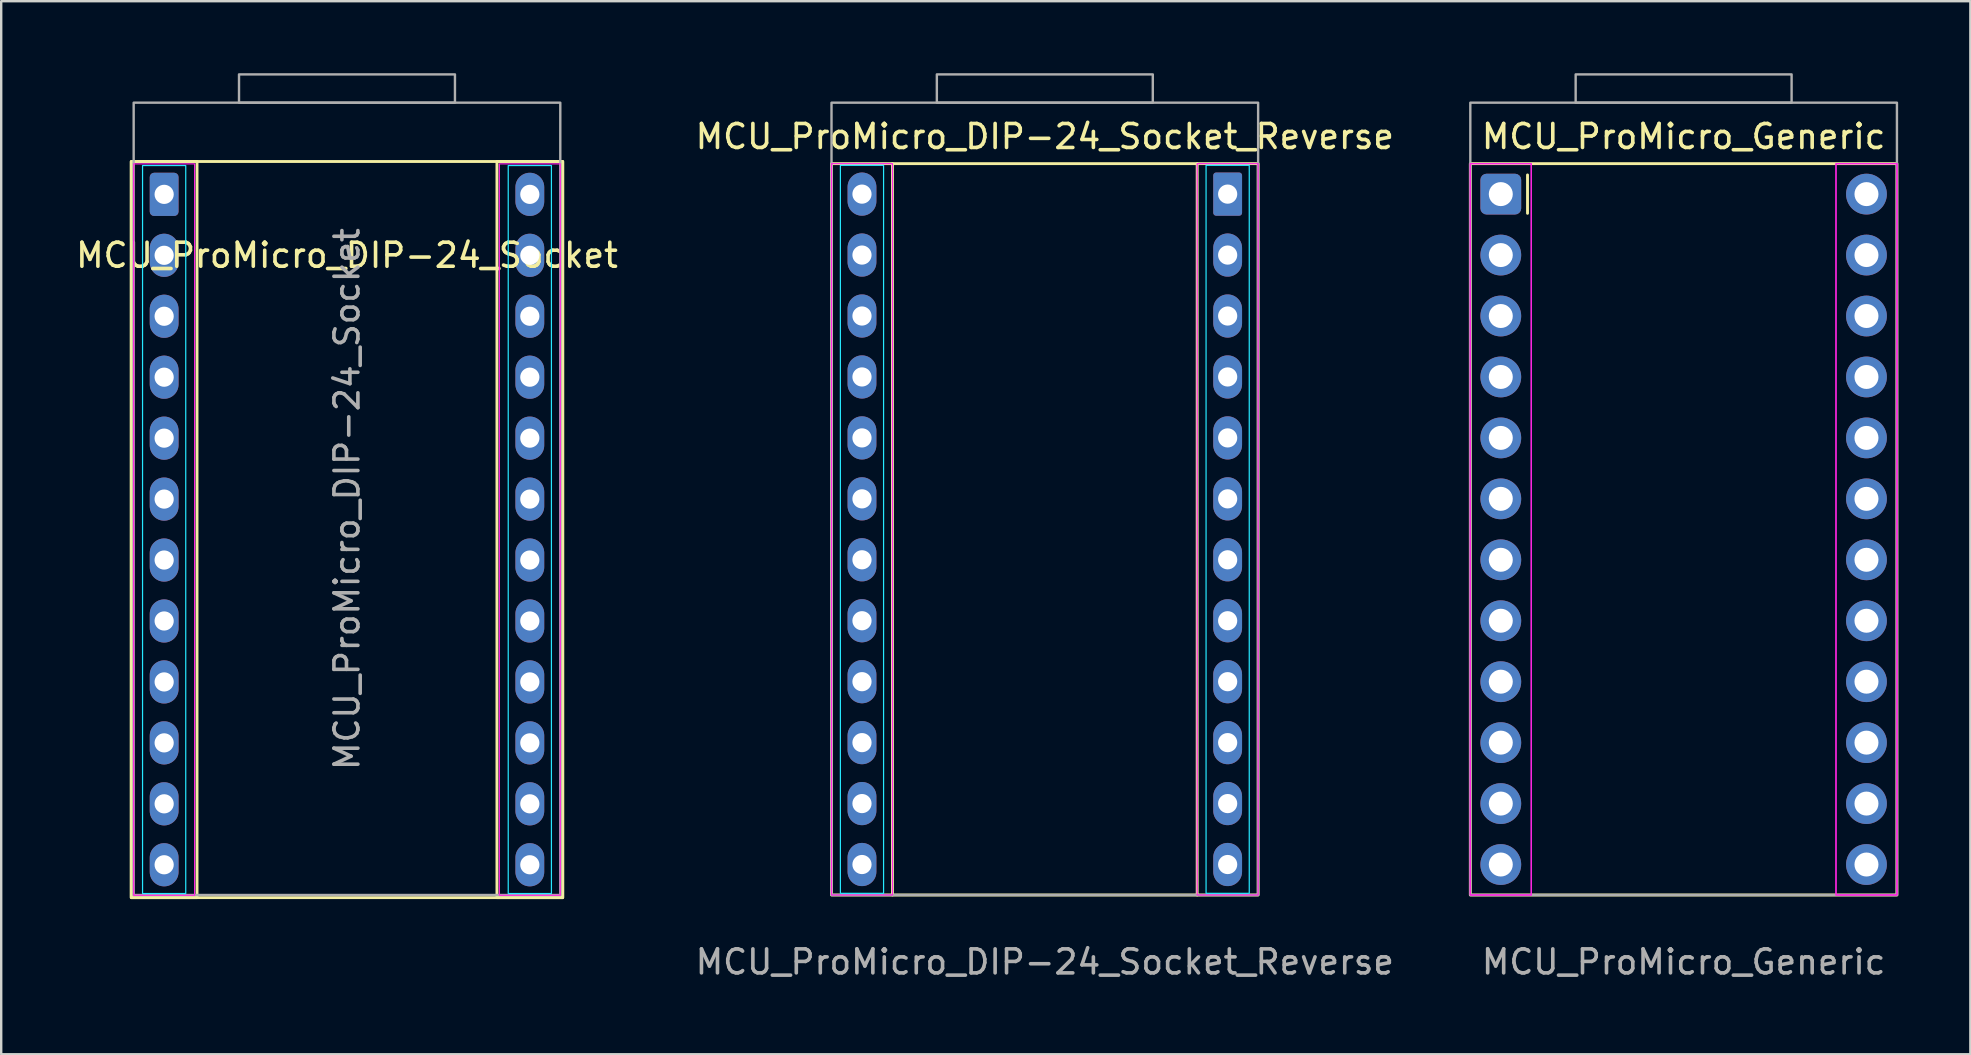
<source format=kicad_pcb>
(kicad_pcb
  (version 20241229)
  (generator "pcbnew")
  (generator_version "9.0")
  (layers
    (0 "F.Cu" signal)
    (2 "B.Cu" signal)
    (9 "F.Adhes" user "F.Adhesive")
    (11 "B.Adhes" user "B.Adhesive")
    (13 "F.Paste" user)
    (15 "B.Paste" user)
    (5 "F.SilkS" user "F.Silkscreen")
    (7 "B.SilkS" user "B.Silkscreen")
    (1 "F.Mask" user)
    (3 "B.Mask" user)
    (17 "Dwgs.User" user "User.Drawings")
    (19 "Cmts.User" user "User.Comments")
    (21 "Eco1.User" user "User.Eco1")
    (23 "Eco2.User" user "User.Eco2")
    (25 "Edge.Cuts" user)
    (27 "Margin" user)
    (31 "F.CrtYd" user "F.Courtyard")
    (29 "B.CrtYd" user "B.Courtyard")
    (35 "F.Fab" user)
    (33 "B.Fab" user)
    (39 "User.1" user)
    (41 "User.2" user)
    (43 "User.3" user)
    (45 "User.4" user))
  (footprint "MCU_ProMicro_DIP-24_Socket"
    (layer "F.Cu")
    (at 11.411 5.05)
    (property "Reference" "MCU_ProMicro_DIP-24_Socket" (at 0 2.54 0) (layer "F.SilkS") (effects (font (size 1 1) (thickness 0.15))))
    (attr through_hole)
    (fp_rect (start -8.99 -1.37) (end 8.99 29.31) (stroke (width 0.12) (type default)) (fill no) (layer "F.SilkS"))
    (fp_rect (start -6.25 -1.37) (end -8.99 29.31) (stroke (width 0.12) (type default)) (fill no) (layer "F.SilkS"))
    (fp_rect (start 8.99 -1.37) (end 6.25 29.31) (stroke (width 0.12) (type default)) (fill no) (layer "F.SilkS"))
    (fp_rect (start -6.72 -1.2) (end -8.52 29.14) (stroke (width 0.05) (type default)) (fill no) (layer "B.CrtYd"))
    (fp_rect (start 6.72 -1.2) (end 8.52 29.14) (stroke (width 0.05) (type default)) (fill no) (layer "B.CrtYd"))
    (fp_rect (start -6.35 -1.27) (end -8.89 29.21) (stroke (width 0.05) (type default)) (fill no) (layer "F.CrtYd"))
    (fp_rect (start 8.89 -1.27) (end 6.35 29.21) (stroke (width 0.05) (type default)) (fill no) (layer "F.CrtYd"))
    (fp_rect (start -8.89 -3.82) (end 8.89 29.2) (stroke (width 0.1) (type default)) (fill no) (layer "F.Fab"))
    (fp_rect (start -4.5 -5) (end 4.5 -3.82) (stroke (width 0.1) (type default)) (fill no) (layer "F.Fab"))
    (fp_text user "${REFERENCE}" (at 0 12.7 90) (layer "F.Fab") (effects (font (size 1 1) (thickness 0.15))))
    (pad "1" thru_hole roundrect (at -7.62 0) (size 1.2 1.8) (drill 0.8) (layers "*.Cu" "*.Mask") (roundrect_rratio 0.15))
    (pad "2" thru_hole oval (at -7.62 2.54) (size 1.2 1.8) (drill 0.8) (layers "*.Cu" "*.Mask"))
    (pad "3" thru_hole oval (at -7.62 5.08) (size 1.2 1.8) (drill 0.8) (layers "*.Cu" "*.Mask"))
    (pad "4" thru_hole oval (at -7.62 7.62) (size 1.2 1.8) (drill 0.8) (layers "*.Cu" "*.Mask"))
    (pad "5" thru_hole oval (at -7.62 10.16) (size 1.2 1.8) (drill 0.8) (layers "*.Cu" "*.Mask"))
    (pad "6" thru_hole oval (at -7.62 12.7) (size 1.2 1.8) (drill 0.8) (layers "*.Cu" "*.Mask"))
    (pad "7" thru_hole oval (at -7.62 15.24) (size 1.2 1.8) (drill 0.8) (layers "*.Cu" "*.Mask"))
    (pad "8" thru_hole oval (at -7.62 17.78) (size 1.2 1.8) (drill 0.8) (layers "*.Cu" "*.Mask"))
    (pad "9" thru_hole oval (at -7.62 20.32) (size 1.2 1.8) (drill 0.8) (layers "*.Cu" "*.Mask"))
    (pad "10" thru_hole oval (at -7.62 22.86) (size 1.2 1.8) (drill 0.8) (layers "*.Cu" "*.Mask"))
    (pad "11" thru_hole oval (at -7.62 25.4) (size 1.2 1.8) (drill 0.8) (layers "*.Cu" "*.Mask"))
    (pad "12" thru_hole oval (at -7.62 27.94) (size 1.2 1.8) (drill 0.8) (layers "*.Cu" "*.Mask"))
    (pad "13" thru_hole oval (at 7.62 27.94) (size 1.2 1.8) (drill 0.8) (layers "*.Cu" "*.Mask"))
    (pad "14" thru_hole oval (at 7.62 25.4) (size 1.2 1.8) (drill 0.8) (layers "*.Cu" "*.Mask"))
    (pad "15" thru_hole oval (at 7.62 22.86) (size 1.2 1.8) (drill 0.8) (layers "*.Cu" "*.Mask"))
    (pad "16" thru_hole oval (at 7.62 20.32) (size 1.2 1.8) (drill 0.8) (layers "*.Cu" "*.Mask"))
    (pad "17" thru_hole oval (at 7.62 17.78) (size 1.2 1.8) (drill 0.8) (layers "*.Cu" "*.Mask"))
    (pad "18" thru_hole oval (at 7.62 15.24) (size 1.2 1.8) (drill 0.8) (layers "*.Cu" "*.Mask"))
    (pad "19" thru_hole oval (at 7.62 12.7) (size 1.2 1.8) (drill 0.8) (layers "*.Cu" "*.Mask"))
    (pad "20" thru_hole oval (at 7.62 10.16) (size 1.2 1.8) (drill 0.8) (layers "*.Cu" "*.Mask"))
    (pad "21" thru_hole oval (at 7.62 7.62) (size 1.2 1.8) (drill 0.8) (layers "*.Cu" "*.Mask"))
    (pad "22" thru_hole oval (at 7.62 5.08) (size 1.2 1.8) (drill 0.8) (layers "*.Cu" "*.Mask"))
    (pad "23" thru_hole oval (at 7.62 2.54) (size 1.2 1.8) (drill 0.8) (layers "*.Cu" "*.Mask"))
    (pad "24" thru_hole oval (at 7.62 0) (size 1.2 1.8) (drill 0.8) (layers "*.Cu" "*.Mask")))
  (footprint "MCU_ProMicro_Generic"
    (layer "F.Cu")
    (at 67.117 5.04)
    (property "Reference" "MCU_ProMicro_Generic" (at 0 -2.4 0) (layer "F.SilkS") (effects (font (size 1 1) (thickness 0.15))))
    (attr through_hole)
    (fp_line (start -6.506 0.8) (end -6.506 -0.8) (stroke (width 0.12) (type default)) (layer "F.SilkS"))
    (fp_rect (start 8.89 -1.27) (end -8.89 29.21) (stroke (width 0.12) (type default)) (fill no) (layer "F.SilkS"))
    (fp_rect (start -6.35 -1.27) (end -8.89 29.21) (stroke (width 0.05) (type default)) (fill no) (layer "F.CrtYd"))
    (fp_rect (start -6.35 -1.27) (end -8.89 29.21) (stroke (width 0.05) (type default)) (fill no) (layer "F.CrtYd"))
    (fp_rect (start 8.89 -1.27) (end 6.35 29.21) (stroke (width 0.05) (type default)) (fill no) (layer "F.CrtYd"))
    (fp_rect (start 8.89 -1.27) (end 6.35 29.21) (stroke (width 0.05) (type default)) (fill no) (layer "F.CrtYd"))
    (fp_rect (start 4.5 -4.99) (end -4.5 -3.81) (stroke (width 0.1) (type default)) (fill no) (layer "F.Fab"))
    (fp_rect (start 8.89 -3.81) (end -8.89 29.21) (stroke (width 0.1) (type default)) (fill no) (layer "F.Fab"))
    (fp_text user "${REFERENCE}" (at 0 32 0) (unlocked yes) (layer "F.Fab") (effects (font (size 1 1) (thickness 0.15))))
    (pad "1" thru_hole roundrect (at -7.62 0) (size 1.7 1.7) (drill 1) (layers "*.Cu" "*.Mask") (roundrect_rratio 0.15))
    (pad "2" thru_hole oval (at -7.62 2.54) (size 1.7 1.7) (drill 1) (layers "*.Cu" "*.Mask"))
    (pad "3" thru_hole oval (at -7.62 5.08) (size 1.7 1.7) (drill 1) (layers "*.Cu" "*.Mask"))
    (pad "4" thru_hole oval (at -7.62 7.62) (size 1.7 1.7) (drill 1) (layers "*.Cu" "*.Mask"))
    (pad "5" thru_hole oval (at -7.62 10.16) (size 1.7 1.7) (drill 1) (layers "*.Cu" "*.Mask"))
    (pad "6" thru_hole oval (at -7.62 12.7) (size 1.7 1.7) (drill 1) (layers "*.Cu" "*.Mask"))
    (pad "7" thru_hole oval (at -7.62 15.24) (size 1.7 1.7) (drill 1) (layers "*.Cu" "*.Mask"))
    (pad "8" thru_hole oval (at -7.62 17.78) (size 1.7 1.7) (drill 1) (layers "*.Cu" "*.Mask"))
    (pad "9" thru_hole oval (at -7.62 20.32) (size 1.7 1.7) (drill 1) (layers "*.Cu" "*.Mask"))
    (pad "10" thru_hole oval (at -7.62 22.86) (size 1.7 1.7) (drill 1) (layers "*.Cu" "*.Mask"))
    (pad "11" thru_hole oval (at -7.62 25.4) (size 1.7 1.7) (drill 1) (layers "*.Cu" "*.Mask"))
    (pad "12" thru_hole oval (at -7.62 27.94) (size 1.7 1.7) (drill 1) (layers "*.Cu" "*.Mask"))
    (pad "13" thru_hole oval (at 7.62 27.94) (size 1.7 1.7) (drill 1) (layers "*.Cu" "*.Mask"))
    (pad "14" thru_hole oval (at 7.62 25.4) (size 1.7 1.7) (drill 1) (layers "*.Cu" "*.Mask"))
    (pad "15" thru_hole oval (at 7.62 22.86) (size 1.7 1.7) (drill 1) (layers "*.Cu" "*.Mask"))
    (pad "16" thru_hole oval (at 7.62 20.32) (size 1.7 1.7) (drill 1) (layers "*.Cu" "*.Mask"))
    (pad "17" thru_hole oval (at 7.62 17.78) (size 1.7 1.7) (drill 1) (layers "*.Cu" "*.Mask"))
    (pad "18" thru_hole oval (at 7.62 15.24) (size 1.7 1.7) (drill 1) (layers "*.Cu" "*.Mask"))
    (pad "19" thru_hole oval (at 7.62 12.7) (size 1.7 1.7) (drill 1) (layers "*.Cu" "*.Mask"))
    (pad "20" thru_hole oval (at 7.62 10.16) (size 1.7 1.7) (drill 1) (layers "*.Cu" "*.Mask"))
    (pad "21" thru_hole oval (at 7.62 7.62) (size 1.7 1.7) (drill 1) (layers "*.Cu" "*.Mask"))
    (pad "22" thru_hole oval (at 7.62 5.08) (size 1.7 1.7) (drill 1) (layers "*.Cu" "*.Mask"))
    (pad "23" thru_hole oval (at 7.62 2.54) (size 1.7 1.7) (drill 1) (layers "*.Cu" "*.Mask"))
    (pad "24" thru_hole oval (at 7.62 0) (size 1.7 1.7) (drill 1) (layers "*.Cu" "*.Mask")))
  (footprint "MCU_ProMicro_DIP-24_Socket_Reverse"
    (layer "F.Cu")
    (at 40.494 5.04)
    (property "Reference" "MCU_ProMicro_DIP-24_Socket_Reverse" (at 0 -2.4 0) (layer "F.SilkS") (effects (font (size 1 1) (thickness 0.15))))
    (attr through_hole)
    (fp_line (start -6.35 -1.27) (end 6.35 -1.27) (stroke (width 0.12) (type default)) (layer "F.SilkS"))
    (fp_line (start -6.35 29.21) (end 6.35 29.21) (stroke (width 0.12) (type default)) (layer "F.SilkS"))
    (fp_rect (start -8.89 -1.27) (end -6.35 29.21) (stroke (width 0.12) (type default)) (fill no) (layer "F.SilkS"))
    (fp_rect (start 6.35 -1.27) (end 8.89 29.21) (stroke (width 0.12) (type default)) (fill no) (layer "F.SilkS"))
    (fp_rect (start -6.72 -1.2) (end -8.52 29.14) (stroke (width 0.05) (type default)) (fill no) (layer "B.CrtYd"))
    (fp_rect (start 6.72 -1.2) (end 8.52 29.14) (stroke (width 0.05) (type default)) (fill no) (layer "B.CrtYd"))
    (fp_rect (start -8.89 -1.27) (end -6.35 29.21) (stroke (width 0.05) (type default)) (fill no) (layer "F.CrtYd"))
    (fp_rect (start 6.35 -1.27) (end 8.89 29.21) (stroke (width 0.05) (type default)) (fill no) (layer "F.CrtYd"))
    (fp_rect (start -8.89 -3.81) (end 8.89 29.21) (stroke (width 0.1) (type default)) (fill no) (layer "F.Fab"))
    (fp_rect (start -4.5 -4.99) (end 4.5 -3.81) (stroke (width 0.1) (type default)) (fill no) (layer "F.Fab"))
    (fp_text user "${REFERENCE}" (at 0 32 0) (unlocked yes) (layer "F.Fab") (effects (font (size 1 1) (thickness 0.15))))
    (pad "1" thru_hole roundrect (at 7.62 0) (size 1.2 1.8) (drill 0.8) (layers "*.Cu" "*.Mask") (roundrect_rratio 0.1))
    (pad "2" thru_hole oval (at 7.62 2.54) (size 1.2 1.8) (drill 0.8) (layers "*.Cu" "*.Mask"))
    (pad "3" thru_hole oval (at 7.62 5.08) (size 1.2 1.8) (drill 0.8) (layers "*.Cu" "*.Mask"))
    (pad "4" thru_hole oval (at 7.62 7.62) (size 1.2 1.8) (drill 0.8) (layers "*.Cu" "*.Mask"))
    (pad "5" thru_hole oval (at 7.62 10.16) (size 1.2 1.8) (drill 0.8) (layers "*.Cu" "*.Mask"))
    (pad "6" thru_hole oval (at 7.62 12.7) (size 1.2 1.8) (drill 0.8) (layers "*.Cu" "*.Mask"))
    (pad "7" thru_hole oval (at 7.62 15.24) (size 1.2 1.8) (drill 0.8) (layers "*.Cu" "*.Mask"))
    (pad "8" thru_hole oval (at 7.62 17.78) (size 1.2 1.8) (drill 0.8) (layers "*.Cu" "*.Mask"))
    (pad "9" thru_hole oval (at 7.62 20.32) (size 1.2 1.8) (drill 0.8) (layers "*.Cu" "*.Mask"))
    (pad "10" thru_hole oval (at 7.62 22.86) (size 1.2 1.8) (drill 0.8) (layers "*.Cu" "*.Mask"))
    (pad "11" thru_hole oval (at 7.62 25.4) (size 1.2 1.8) (drill 0.8) (layers "*.Cu" "*.Mask"))
    (pad "12" thru_hole oval (at 7.62 27.94) (size 1.2 1.8) (drill 0.8) (layers "*.Cu" "*.Mask"))
    (pad "13" thru_hole oval (at -7.62 27.94) (size 1.2 1.8) (drill 0.8) (layers "*.Cu" "*.Mask"))
    (pad "14" thru_hole oval (at -7.62 25.4) (size 1.2 1.8) (drill 0.8) (layers "*.Cu" "*.Mask"))
    (pad "15" thru_hole oval (at -7.62 22.86) (size 1.2 1.8) (drill 0.8) (layers "*.Cu" "*.Mask"))
    (pad "16" thru_hole oval (at -7.62 20.32) (size 1.2 1.8) (drill 0.8) (layers "*.Cu" "*.Mask"))
    (pad "17" thru_hole oval (at -7.62 17.78) (size 1.2 1.8) (drill 0.8) (layers "*.Cu" "*.Mask"))
    (pad "18" thru_hole oval (at -7.62 15.24) (size 1.2 1.8) (drill 0.8) (layers "*.Cu" "*.Mask"))
    (pad "19" thru_hole oval (at -7.62 12.7) (size 1.2 1.8) (drill 0.8) (layers "*.Cu" "*.Mask"))
    (pad "20" thru_hole oval (at -7.62 10.16) (size 1.2 1.8) (drill 0.8) (layers "*.Cu" "*.Mask"))
    (pad "21" thru_hole oval (at -7.62 7.62) (size 1.2 1.8) (drill 0.8) (layers "*.Cu" "*.Mask"))
    (pad "22" thru_hole oval (at -7.62 5.08) (size 1.2 1.8) (drill 0.8) (layers "*.Cu" "*.Mask"))
    (pad "23" thru_hole oval (at -7.62 2.54) (size 1.2 1.8) (drill 0.8) (layers "*.Cu" "*.Mask"))
    (pad "24" thru_hole oval (at -7.62 0) (size 1.2 1.8) (drill 0.8) (layers "*.Cu" "*.Mask")))
  (gr_rect
    (start -3 -3)
    (end 79.067 40.888)
    (stroke (width 0.1) (type default))
    (fill no)
    (layer "Edge.Cuts")))
</source>
